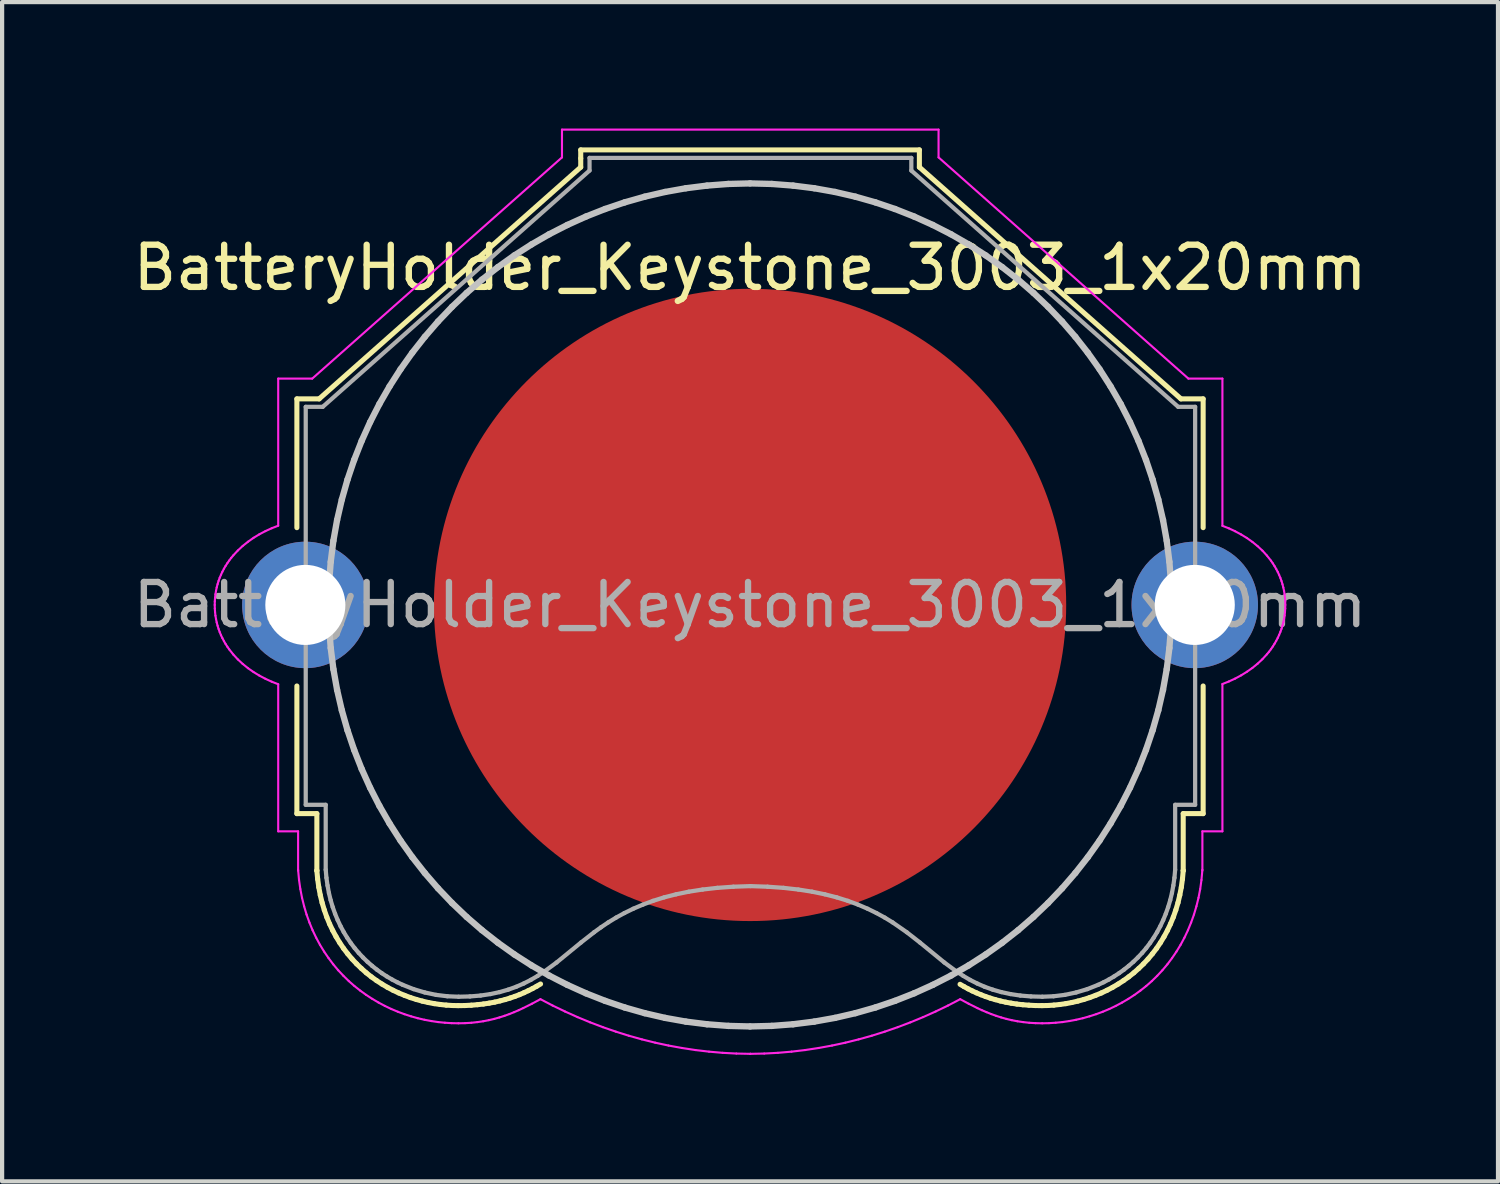
<source format=kicad_pcb>
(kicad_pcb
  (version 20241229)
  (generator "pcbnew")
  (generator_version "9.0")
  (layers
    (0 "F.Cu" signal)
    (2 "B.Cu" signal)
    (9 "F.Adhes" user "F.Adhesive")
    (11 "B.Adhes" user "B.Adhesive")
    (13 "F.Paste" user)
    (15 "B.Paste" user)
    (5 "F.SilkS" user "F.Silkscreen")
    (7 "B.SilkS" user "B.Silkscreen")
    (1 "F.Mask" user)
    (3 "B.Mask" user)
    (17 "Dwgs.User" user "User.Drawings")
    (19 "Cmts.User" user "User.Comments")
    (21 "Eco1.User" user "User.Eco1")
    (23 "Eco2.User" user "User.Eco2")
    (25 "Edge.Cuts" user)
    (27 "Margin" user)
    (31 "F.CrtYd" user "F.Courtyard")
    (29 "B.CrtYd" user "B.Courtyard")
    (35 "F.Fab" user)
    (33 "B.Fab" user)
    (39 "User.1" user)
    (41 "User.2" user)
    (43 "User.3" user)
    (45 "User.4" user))
  (footprint "BatteryHolder_Keystone_3003_1x20mm"
    (layer "F.Cu")
    (at 14.744 11.301)
    (property "Reference" "BatteryHolder_Keystone_3003_1x20mm" (at 0 -8 0) (layer "F.SilkS") (effects (font (size 1 1) (thickness 0.15))))
    (attr through_hole)
    (fp_line (start -10.751 -4.888) (end -10.751 -1.833) (stroke (width 0.12) (type solid)) (layer "F.SilkS"))
    (fp_line (start -10.751 1.923) (end -10.751 4.951) (stroke (width 0.12) (type solid)) (layer "F.SilkS"))
    (fp_line (start -10.751 4.951) (end -10.277 4.951) (stroke (width 0.12) (type solid)) (layer "F.SilkS"))
    (fp_line (start -10.277 4.951) (end -10.277 6.299) (stroke (width 0.12) (type solid)) (layer "F.SilkS"))
    (fp_line (start -10.277 6.299) (end -10.277 6.305) (stroke (width 0.12) (type solid)) (layer "F.SilkS"))
    (fp_line (start -10.277 6.305) (end -10.258 6.504) (stroke (width 0.12) (type solid)) (layer "F.SilkS"))
    (fp_line (start -10.258 6.504) (end -10.231 6.697) (stroke (width 0.12) (type solid)) (layer "F.SilkS"))
    (fp_line (start -10.231 6.697) (end -10.196 6.884) (stroke (width 0.12) (type solid)) (layer "F.SilkS"))
    (fp_line (start -10.223 -4.888) (end -10.751 -4.888) (stroke (width 0.12) (type solid)) (layer "F.SilkS"))
    (fp_line (start -10.196 6.884) (end -10.152 7.065) (stroke (width 0.12) (type solid)) (layer "F.SilkS"))
    (fp_line (start -10.152 7.065) (end -10.1 7.239) (stroke (width 0.12) (type solid)) (layer "F.SilkS"))
    (fp_line (start -10.1 7.239) (end -10.041 7.407) (stroke (width 0.12) (type solid)) (layer "F.SilkS"))
    (fp_line (start -10.041 7.407) (end -9.975 7.568) (stroke (width 0.12) (type solid)) (layer "F.SilkS"))
    (fp_line (start -9.975 7.568) (end -9.901 7.723) (stroke (width 0.12) (type solid)) (layer "F.SilkS"))
    (fp_line (start -9.901 7.723) (end -9.821 7.871) (stroke (width 0.12) (type solid)) (layer "F.SilkS"))
    (fp_line (start -9.821 7.871) (end -9.735 8.013) (stroke (width 0.12) (type solid)) (layer "F.SilkS"))
    (fp_line (start -9.735 8.013) (end -9.643 8.149) (stroke (width 0.12) (type solid)) (layer "F.SilkS"))
    (fp_line (start -9.643 8.149) (end -9.545 8.277) (stroke (width 0.12) (type solid)) (layer "F.SilkS"))
    (fp_line (start -9.545 8.277) (end -9.442 8.4) (stroke (width 0.12) (type solid)) (layer "F.SilkS"))
    (fp_line (start -9.442 8.4) (end -9.334 8.515) (stroke (width 0.12) (type solid)) (layer "F.SilkS"))
    (fp_line (start -9.334 8.515) (end -9.221 8.624) (stroke (width 0.12) (type solid)) (layer "F.SilkS"))
    (fp_line (start -9.221 8.624) (end -9.105 8.727) (stroke (width 0.12) (type solid)) (layer "F.SilkS"))
    (fp_line (start -9.105 8.727) (end -8.984 8.823) (stroke (width 0.12) (type solid)) (layer "F.SilkS"))
    (fp_line (start -8.984 8.823) (end -8.86 8.912) (stroke (width 0.12) (type solid)) (layer "F.SilkS"))
    (fp_line (start -8.86 8.912) (end -8.732 8.995) (stroke (width 0.12) (type solid)) (layer "F.SilkS"))
    (fp_line (start -8.732 8.995) (end -8.602 9.072) (stroke (width 0.12) (type solid)) (layer "F.SilkS"))
    (fp_line (start -8.602 9.072) (end -8.469 9.142) (stroke (width 0.12) (type solid)) (layer "F.SilkS"))
    (fp_line (start -8.469 9.142) (end -8.334 9.206) (stroke (width 0.12) (type solid)) (layer "F.SilkS"))
    (fp_line (start -8.334 9.206) (end -8.196 9.263) (stroke (width 0.12) (type solid)) (layer "F.SilkS"))
    (fp_line (start -8.196 9.263) (end -8.058 9.315) (stroke (width 0.12) (type solid)) (layer "F.SilkS"))
    (fp_line (start -8.058 9.315) (end -7.917 9.36) (stroke (width 0.12) (type solid)) (layer "F.SilkS"))
    (fp_line (start -7.917 9.36) (end -7.776 9.399) (stroke (width 0.12) (type solid)) (layer "F.SilkS"))
    (fp_line (start -7.776 9.399) (end -7.634 9.432) (stroke (width 0.12) (type solid)) (layer "F.SilkS"))
    (fp_line (start -7.634 9.432) (end -7.492 9.459) (stroke (width 0.12) (type solid)) (layer "F.SilkS"))
    (fp_line (start -7.492 9.459) (end -7.35 9.479) (stroke (width 0.12) (type solid)) (layer "F.SilkS"))
    (fp_line (start -7.35 9.479) (end -7.207 9.494) (stroke (width 0.12) (type solid)) (layer "F.SilkS"))
    (fp_line (start -7.207 9.494) (end -7.066 9.503) (stroke (width 0.12) (type solid)) (layer "F.SilkS"))
    (fp_line (start -7.066 9.503) (end -6.925 9.506) (stroke (width 0.12) (type solid)) (layer "F.SilkS"))
    (fp_line (start -6.925 9.506) (end -6.766 9.504) (stroke (width 0.12) (type solid)) (layer "F.SilkS"))
    (fp_line (start -6.766 9.504) (end -6.613 9.496) (stroke (width 0.12) (type solid)) (layer "F.SilkS"))
    (fp_line (start -6.613 9.496) (end -6.466 9.484) (stroke (width 0.12) (type solid)) (layer "F.SilkS"))
    (fp_line (start -6.466 9.484) (end -6.325 9.468) (stroke (width 0.12) (type solid)) (layer "F.SilkS"))
    (fp_line (start -6.325 9.468) (end -6.188 9.447) (stroke (width 0.12) (type solid)) (layer "F.SilkS"))
    (fp_line (start -6.188 9.447) (end -6.057 9.423) (stroke (width 0.12) (type solid)) (layer "F.SilkS"))
    (fp_line (start -6.057 9.423) (end -5.931 9.394) (stroke (width 0.12) (type solid)) (layer "F.SilkS"))
    (fp_line (start -5.931 9.394) (end -5.809 9.362) (stroke (width 0.12) (type solid)) (layer "F.SilkS"))
    (fp_line (start -5.809 9.362) (end -5.692 9.326) (stroke (width 0.12) (type solid)) (layer "F.SilkS"))
    (fp_line (start -5.692 9.326) (end -5.578 9.287) (stroke (width 0.12) (type solid)) (layer "F.SilkS"))
    (fp_line (start -5.578 9.287) (end -5.468 9.245) (stroke (width 0.12) (type solid)) (layer "F.SilkS"))
    (fp_line (start -5.468 9.245) (end -5.362 9.199) (stroke (width 0.12) (type solid)) (layer "F.SilkS"))
    (fp_line (start -5.362 9.199) (end -5.26 9.151) (stroke (width 0.12) (type solid)) (layer "F.SilkS"))
    (fp_line (start -5.26 9.151) (end -5.16 9.101) (stroke (width 0.12) (type solid)) (layer "F.SilkS"))
    (fp_line (start -5.16 9.101) (end -5.064 9.048) (stroke (width 0.12) (type solid)) (layer "F.SilkS"))
    (fp_line (start -5.064 9.048) (end -4.97 8.993) (stroke (width 0.12) (type solid)) (layer "F.SilkS"))
    (fp_line (start -4.017 -10.795) (end -4.017 -10.593) (stroke (width 0.12) (type solid)) (layer "F.SilkS"))
    (fp_line (start -4.017 -10.593) (end -4.017 -10.385) (stroke (width 0.12) (type solid)) (layer "F.SilkS"))
    (fp_line (start -4.017 -10.385) (end -10.223 -4.888) (stroke (width 0.12) (type solid)) (layer "F.SilkS"))
    (fp_line (start 4.017 -10.795) (end -4.017 -10.795) (stroke (width 0.12) (type solid)) (layer "F.SilkS"))
    (fp_line (start 4.017 -10.385) (end 4.017 -10.795) (stroke (width 0.12) (type solid)) (layer "F.SilkS"))
    (fp_line (start 4.982 9) (end 5.075 9.054) (stroke (width 0.12) (type solid)) (layer "F.SilkS"))
    (fp_line (start 5.075 9.054) (end 5.171 9.107) (stroke (width 0.12) (type solid)) (layer "F.SilkS"))
    (fp_line (start 5.171 9.107) (end 5.27 9.157) (stroke (width 0.12) (type solid)) (layer "F.SilkS"))
    (fp_line (start 5.27 9.157) (end 5.373 9.204) (stroke (width 0.12) (type solid)) (layer "F.SilkS"))
    (fp_line (start 5.373 9.204) (end 5.478 9.248) (stroke (width 0.12) (type solid)) (layer "F.SilkS"))
    (fp_line (start 5.478 9.248) (end 5.587 9.29) (stroke (width 0.12) (type solid)) (layer "F.SilkS"))
    (fp_line (start 5.587 9.29) (end 5.7 9.329) (stroke (width 0.12) (type solid)) (layer "F.SilkS"))
    (fp_line (start 5.7 9.329) (end 5.817 9.364) (stroke (width 0.12) (type solid)) (layer "F.SilkS"))
    (fp_line (start 5.817 9.364) (end 5.938 9.396) (stroke (width 0.12) (type solid)) (layer "F.SilkS"))
    (fp_line (start 5.938 9.396) (end 6.064 9.424) (stroke (width 0.12) (type solid)) (layer "F.SilkS"))
    (fp_line (start 6.064 9.424) (end 6.194 9.448) (stroke (width 0.12) (type solid)) (layer "F.SilkS"))
    (fp_line (start 6.194 9.448) (end 6.329 9.469) (stroke (width 0.12) (type solid)) (layer "F.SilkS"))
    (fp_line (start 6.329 9.469) (end 6.47 9.485) (stroke (width 0.12) (type solid)) (layer "F.SilkS"))
    (fp_line (start 6.47 9.485) (end 6.616 9.496) (stroke (width 0.12) (type solid)) (layer "F.SilkS"))
    (fp_line (start 6.616 9.496) (end 6.767 9.504) (stroke (width 0.12) (type solid)) (layer "F.SilkS"))
    (fp_line (start 6.767 9.504) (end 6.925 9.506) (stroke (width 0.12) (type solid)) (layer "F.SilkS"))
    (fp_line (start 6.925 9.506) (end 7.066 9.503) (stroke (width 0.12) (type solid)) (layer "F.SilkS"))
    (fp_line (start 7.066 9.503) (end 7.207 9.494) (stroke (width 0.12) (type solid)) (layer "F.SilkS"))
    (fp_line (start 7.207 9.494) (end 7.35 9.479) (stroke (width 0.12) (type solid)) (layer "F.SilkS"))
    (fp_line (start 7.35 9.479) (end 7.492 9.459) (stroke (width 0.12) (type solid)) (layer "F.SilkS"))
    (fp_line (start 7.492 9.459) (end 7.634 9.432) (stroke (width 0.12) (type solid)) (layer "F.SilkS"))
    (fp_line (start 7.634 9.432) (end 7.776 9.399) (stroke (width 0.12) (type solid)) (layer "F.SilkS"))
    (fp_line (start 7.776 9.399) (end 7.918 9.36) (stroke (width 0.12) (type solid)) (layer "F.SilkS"))
    (fp_line (start 7.918 9.36) (end 8.058 9.315) (stroke (width 0.12) (type solid)) (layer "F.SilkS"))
    (fp_line (start 8.058 9.315) (end 8.196 9.263) (stroke (width 0.12) (type solid)) (layer "F.SilkS"))
    (fp_line (start 8.196 9.263) (end 8.334 9.206) (stroke (width 0.12) (type solid)) (layer "F.SilkS"))
    (fp_line (start 8.334 9.206) (end 8.469 9.142) (stroke (width 0.12) (type solid)) (layer "F.SilkS"))
    (fp_line (start 8.469 9.142) (end 8.602 9.072) (stroke (width 0.12) (type solid)) (layer "F.SilkS"))
    (fp_line (start 8.602 9.072) (end 8.732 8.995) (stroke (width 0.12) (type solid)) (layer "F.SilkS"))
    (fp_line (start 8.732 8.995) (end 8.86 8.912) (stroke (width 0.12) (type solid)) (layer "F.SilkS"))
    (fp_line (start 8.86 8.912) (end 8.984 8.823) (stroke (width 0.12) (type solid)) (layer "F.SilkS"))
    (fp_line (start 8.984 8.823) (end 9.105 8.727) (stroke (width 0.12) (type solid)) (layer "F.SilkS"))
    (fp_line (start 9.105 8.727) (end 9.221 8.624) (stroke (width 0.12) (type solid)) (layer "F.SilkS"))
    (fp_line (start 9.221 8.624) (end 9.334 8.515) (stroke (width 0.12) (type solid)) (layer "F.SilkS"))
    (fp_line (start 9.334 8.515) (end 9.442 8.4) (stroke (width 0.12) (type solid)) (layer "F.SilkS"))
    (fp_line (start 9.442 8.4) (end 9.545 8.277) (stroke (width 0.12) (type solid)) (layer "F.SilkS"))
    (fp_line (start 9.545 8.277) (end 9.643 8.149) (stroke (width 0.12) (type solid)) (layer "F.SilkS"))
    (fp_line (start 9.643 8.149) (end 9.735 8.013) (stroke (width 0.12) (type solid)) (layer "F.SilkS"))
    (fp_line (start 9.735 8.013) (end 9.821 7.871) (stroke (width 0.12) (type solid)) (layer "F.SilkS"))
    (fp_line (start 9.821 7.871) (end 9.901 7.723) (stroke (width 0.12) (type solid)) (layer "F.SilkS"))
    (fp_line (start 9.901 7.723) (end 9.974 7.568) (stroke (width 0.12) (type solid)) (layer "F.SilkS"))
    (fp_line (start 9.974 7.568) (end 10.041 7.407) (stroke (width 0.12) (type solid)) (layer "F.SilkS"))
    (fp_line (start 10.041 7.407) (end 10.1 7.239) (stroke (width 0.12) (type solid)) (layer "F.SilkS"))
    (fp_line (start 10.1 7.239) (end 10.152 7.065) (stroke (width 0.12) (type solid)) (layer "F.SilkS"))
    (fp_line (start 10.152 7.065) (end 10.195 6.884) (stroke (width 0.12) (type solid)) (layer "F.SilkS"))
    (fp_line (start 10.195 6.884) (end 10.231 6.697) (stroke (width 0.12) (type solid)) (layer "F.SilkS"))
    (fp_line (start 10.223 -4.888) (end 4.017 -10.385) (stroke (width 0.12) (type solid)) (layer "F.SilkS"))
    (fp_line (start 10.231 6.697) (end 10.258 6.504) (stroke (width 0.12) (type solid)) (layer "F.SilkS"))
    (fp_line (start 10.258 6.504) (end 10.276 6.305) (stroke (width 0.12) (type solid)) (layer "F.SilkS"))
    (fp_line (start 10.276 4.951) (end 10.749 4.951) (stroke (width 0.12) (type solid)) (layer "F.SilkS"))
    (fp_line (start 10.276 6.299) (end 10.276 4.951) (stroke (width 0.12) (type solid)) (layer "F.SilkS"))
    (fp_line (start 10.276 6.305) (end 10.276 6.299) (stroke (width 0.12) (type solid)) (layer "F.SilkS"))
    (fp_line (start 10.749 -4.888) (end 10.223 -4.888) (stroke (width 0.12) (type solid)) (layer "F.SilkS"))
    (fp_line (start 10.749 -1.833) (end 10.749 -4.888) (stroke (width 0.12) (type solid)) (layer "F.SilkS"))
    (fp_line (start 10.749 4.951) (end 10.749 1.923) (stroke (width 0.12) (type solid)) (layer "F.SilkS"))
    (fp_line (start -10 -0.000001) (end -9.987 -0.515) (stroke (width 0.15) (type solid)) (layer "Dwgs.User"))
    (fp_line (start -9.987 -0.515) (end -9.948 -1.022) (stroke (width 0.15) (type solid)) (layer "Dwgs.User"))
    (fp_line (start -9.987 0.515) (end -10 -0.000001) (stroke (width 0.15) (type solid)) (layer "Dwgs.User"))
    (fp_line (start -9.948 -1.022) (end -9.885 -1.523) (stroke (width 0.15) (type solid)) (layer "Dwgs.User"))
    (fp_line (start -9.948 1.022) (end -9.987 0.515) (stroke (width 0.15) (type solid)) (layer "Dwgs.User"))
    (fp_line (start -9.885 -1.523) (end -9.797 -2.015) (stroke (width 0.15) (type solid)) (layer "Dwgs.User"))
    (fp_line (start -9.885 1.523) (end -9.948 1.022) (stroke (width 0.15) (type solid)) (layer "Dwgs.User"))
    (fp_line (start -9.797 -2.015) (end -9.685 -2.499) (stroke (width 0.15) (type solid)) (layer "Dwgs.User"))
    (fp_line (start -9.797 2.015) (end -9.885 1.523) (stroke (width 0.15) (type solid)) (layer "Dwgs.User"))
    (fp_line (start -9.685 -2.499) (end -9.55 -2.974) (stroke (width 0.15) (type solid)) (layer "Dwgs.User"))
    (fp_line (start -9.685 2.499) (end -9.797 2.015) (stroke (width 0.15) (type solid)) (layer "Dwgs.User"))
    (fp_line (start -9.55 -2.974) (end -9.393 -3.438) (stroke (width 0.15) (type solid)) (layer "Dwgs.User"))
    (fp_line (start -9.55 2.974) (end -9.685 2.499) (stroke (width 0.15) (type solid)) (layer "Dwgs.User"))
    (fp_line (start -9.393 -3.438) (end -9.214 -3.892) (stroke (width 0.15) (type solid)) (layer "Dwgs.User"))
    (fp_line (start -9.393 3.438) (end -9.55 2.974) (stroke (width 0.15) (type solid)) (layer "Dwgs.User"))
    (fp_line (start -9.214 -3.892) (end -9.014 -4.335) (stroke (width 0.15) (type solid)) (layer "Dwgs.User"))
    (fp_line (start -9.214 3.892) (end -9.393 3.438) (stroke (width 0.15) (type solid)) (layer "Dwgs.User"))
    (fp_line (start -9.014 -4.335) (end -8.793 -4.767) (stroke (width 0.15) (type solid)) (layer "Dwgs.User"))
    (fp_line (start -9.014 4.335) (end -9.214 3.892) (stroke (width 0.15) (type solid)) (layer "Dwgs.User"))
    (fp_line (start -8.793 -4.767) (end -8.552 -5.185) (stroke (width 0.15) (type solid)) (layer "Dwgs.User"))
    (fp_line (start -8.793 4.767) (end -9.014 4.335) (stroke (width 0.15) (type solid)) (layer "Dwgs.User"))
    (fp_line (start -8.552 -5.185) (end -8.292 -5.591) (stroke (width 0.15) (type solid)) (layer "Dwgs.User"))
    (fp_line (start -8.552 5.185) (end -8.793 4.767) (stroke (width 0.15) (type solid)) (layer "Dwgs.User"))
    (fp_line (start -8.292 -5.591) (end -8.013 -5.983) (stroke (width 0.15) (type solid)) (layer "Dwgs.User"))
    (fp_line (start -8.292 5.591) (end -8.552 5.185) (stroke (width 0.15) (type solid)) (layer "Dwgs.User"))
    (fp_line (start -8.013 -5.983) (end -7.716 -6.361) (stroke (width 0.15) (type solid)) (layer "Dwgs.User"))
    (fp_line (start -8.013 5.983) (end -8.292 5.591) (stroke (width 0.15) (type solid)) (layer "Dwgs.User"))
    (fp_line (start -7.716 -6.361) (end -7.402 -6.724) (stroke (width 0.15) (type solid)) (layer "Dwgs.User"))
    (fp_line (start -7.716 6.361) (end -8.013 5.983) (stroke (width 0.15) (type solid)) (layer "Dwgs.User"))
    (fp_line (start -7.402 -6.724) (end -7.071 -7.071) (stroke (width 0.15) (type solid)) (layer "Dwgs.User"))
    (fp_line (start -7.402 6.724) (end -7.716 6.361) (stroke (width 0.15) (type solid)) (layer "Dwgs.User"))
    (fp_line (start -7.071 -7.071) (end -6.724 -7.402) (stroke (width 0.15) (type solid)) (layer "Dwgs.User"))
    (fp_line (start -7.071 7.071) (end -7.402 6.724) (stroke (width 0.15) (type solid)) (layer "Dwgs.User"))
    (fp_line (start -6.724 -7.402) (end -6.361 -7.716) (stroke (width 0.15) (type solid)) (layer "Dwgs.User"))
    (fp_line (start -6.724 7.402) (end -7.071 7.071) (stroke (width 0.15) (type solid)) (layer "Dwgs.User"))
    (fp_line (start -6.361 -7.716) (end -5.983 -8.013) (stroke (width 0.15) (type solid)) (layer "Dwgs.User"))
    (fp_line (start -6.361 7.716) (end -6.724 7.402) (stroke (width 0.15) (type solid)) (layer "Dwgs.User"))
    (fp_line (start -5.983 -8.013) (end -5.591 -8.292) (stroke (width 0.15) (type solid)) (layer "Dwgs.User"))
    (fp_line (start -5.983 8.013) (end -6.361 7.716) (stroke (width 0.15) (type solid)) (layer "Dwgs.User"))
    (fp_line (start -5.591 -8.292) (end -5.185 -8.552) (stroke (width 0.15) (type solid)) (layer "Dwgs.User"))
    (fp_line (start -5.591 8.292) (end -5.983 8.013) (stroke (width 0.15) (type solid)) (layer "Dwgs.User"))
    (fp_line (start -5.185 -8.552) (end -4.767 -8.793) (stroke (width 0.15) (type solid)) (layer "Dwgs.User"))
    (fp_line (start -5.185 8.552) (end -5.591 8.292) (stroke (width 0.15) (type solid)) (layer "Dwgs.User"))
    (fp_line (start -4.767 -8.793) (end -4.335 -9.014) (stroke (width 0.15) (type solid)) (layer "Dwgs.User"))
    (fp_line (start -4.767 8.793) (end -5.185 8.552) (stroke (width 0.15) (type solid)) (layer "Dwgs.User"))
    (fp_line (start -4.335 -9.014) (end -3.892 -9.214) (stroke (width 0.15) (type solid)) (layer "Dwgs.User"))
    (fp_line (start -4.335 9.014) (end -4.767 8.793) (stroke (width 0.15) (type solid)) (layer "Dwgs.User"))
    (fp_line (start -3.892 -9.214) (end -3.438 -9.393) (stroke (width 0.15) (type solid)) (layer "Dwgs.User"))
    (fp_line (start -3.892 9.214) (end -4.335 9.014) (stroke (width 0.15) (type solid)) (layer "Dwgs.User"))
    (fp_line (start -3.438 -9.393) (end -2.974 -9.55) (stroke (width 0.15) (type solid)) (layer "Dwgs.User"))
    (fp_line (start -3.438 9.393) (end -3.892 9.214) (stroke (width 0.15) (type solid)) (layer "Dwgs.User"))
    (fp_line (start -2.974 -9.55) (end -2.499 -9.685) (stroke (width 0.15) (type solid)) (layer "Dwgs.User"))
    (fp_line (start -2.974 9.55) (end -3.438 9.393) (stroke (width 0.15) (type solid)) (layer "Dwgs.User"))
    (fp_line (start -2.499 -9.685) (end -2.015 -9.797) (stroke (width 0.15) (type solid)) (layer "Dwgs.User"))
    (fp_line (start -2.499 9.685) (end -2.974 9.55) (stroke (width 0.15) (type solid)) (layer "Dwgs.User"))
    (fp_line (start -2.015 -9.797) (end -1.523 -9.885) (stroke (width 0.15) (type solid)) (layer "Dwgs.User"))
    (fp_line (start -2.015 9.797) (end -2.499 9.685) (stroke (width 0.15) (type solid)) (layer "Dwgs.User"))
    (fp_line (start -1.523 -9.885) (end -1.022 -9.948) (stroke (width 0.15) (type solid)) (layer "Dwgs.User"))
    (fp_line (start -1.523 9.885) (end -2.015 9.797) (stroke (width 0.15) (type solid)) (layer "Dwgs.User"))
    (fp_line (start -1.022 -9.948) (end -0.515 -9.987) (stroke (width 0.15) (type solid)) (layer "Dwgs.User"))
    (fp_line (start -1.022 9.948) (end -1.523 9.885) (stroke (width 0.15) (type solid)) (layer "Dwgs.User"))
    (fp_line (start -0.515 -9.987) (end 0 -10) (stroke (width 0.15) (type solid)) (layer "Dwgs.User"))
    (fp_line (start -0.515 9.987) (end -1.022 9.948) (stroke (width 0.15) (type solid)) (layer "Dwgs.User"))
    (fp_line (start 0 -10) (end 0.515 -9.987) (stroke (width 0.15) (type solid)) (layer "Dwgs.User"))
    (fp_line (start 0 10) (end -0.515 9.987) (stroke (width 0.15) (type solid)) (layer "Dwgs.User"))
    (fp_line (start 0.515 -9.987) (end 1.022 -9.948) (stroke (width 0.15) (type solid)) (layer "Dwgs.User"))
    (fp_line (start 0.515 9.987) (end 0 10) (stroke (width 0.15) (type solid)) (layer "Dwgs.User"))
    (fp_line (start 1.022 -9.948) (end 1.523 -9.885) (stroke (width 0.15) (type solid)) (layer "Dwgs.User"))
    (fp_line (start 1.022 9.948) (end 0.515 9.987) (stroke (width 0.15) (type solid)) (layer "Dwgs.User"))
    (fp_line (start 1.523 -9.885) (end 2.015 -9.797) (stroke (width 0.15) (type solid)) (layer "Dwgs.User"))
    (fp_line (start 1.523 9.885) (end 1.022 9.948) (stroke (width 0.15) (type solid)) (layer "Dwgs.User"))
    (fp_line (start 2.015 -9.797) (end 2.499 -9.685) (stroke (width 0.15) (type solid)) (layer "Dwgs.User"))
    (fp_line (start 2.015 9.797) (end 1.523 9.885) (stroke (width 0.15) (type solid)) (layer "Dwgs.User"))
    (fp_line (start 2.499 -9.685) (end 2.974 -9.55) (stroke (width 0.15) (type solid)) (layer "Dwgs.User"))
    (fp_line (start 2.499 9.685) (end 2.015 9.797) (stroke (width 0.15) (type solid)) (layer "Dwgs.User"))
    (fp_line (start 2.974 -9.55) (end 3.438 -9.393) (stroke (width 0.15) (type solid)) (layer "Dwgs.User"))
    (fp_line (start 2.974 9.55) (end 2.499 9.685) (stroke (width 0.15) (type solid)) (layer "Dwgs.User"))
    (fp_line (start 3.438 -9.393) (end 3.892 -9.214) (stroke (width 0.15) (type solid)) (layer "Dwgs.User"))
    (fp_line (start 3.438 9.393) (end 2.974 9.55) (stroke (width 0.15) (type solid)) (layer "Dwgs.User"))
    (fp_line (start 3.892 -9.214) (end 4.335 -9.014) (stroke (width 0.15) (type solid)) (layer "Dwgs.User"))
    (fp_line (start 3.892 9.214) (end 3.438 9.393) (stroke (width 0.15) (type solid)) (layer "Dwgs.User"))
    (fp_line (start 4.335 -9.014) (end 4.767 -8.793) (stroke (width 0.15) (type solid)) (layer "Dwgs.User"))
    (fp_line (start 4.335 9.014) (end 3.892 9.214) (stroke (width 0.15) (type solid)) (layer "Dwgs.User"))
    (fp_line (start 4.767 -8.793) (end 5.185 -8.552) (stroke (width 0.15) (type solid)) (layer "Dwgs.User"))
    (fp_line (start 4.767 8.793) (end 4.335 9.014) (stroke (width 0.15) (type solid)) (layer "Dwgs.User"))
    (fp_line (start 5.185 -8.552) (end 5.591 -8.292) (stroke (width 0.15) (type solid)) (layer "Dwgs.User"))
    (fp_line (start 5.185 8.552) (end 4.767 8.793) (stroke (width 0.15) (type solid)) (layer "Dwgs.User"))
    (fp_line (start 5.591 -8.292) (end 5.983 -8.013) (stroke (width 0.15) (type solid)) (layer "Dwgs.User"))
    (fp_line (start 5.591 8.292) (end 5.185 8.552) (stroke (width 0.15) (type solid)) (layer "Dwgs.User"))
    (fp_line (start 5.983 -8.013) (end 6.361 -7.716) (stroke (width 0.15) (type solid)) (layer "Dwgs.User"))
    (fp_line (start 5.983 8.013) (end 5.591 8.292) (stroke (width 0.15) (type solid)) (layer "Dwgs.User"))
    (fp_line (start 6.361 -7.716) (end 6.724 -7.402) (stroke (width 0.15) (type solid)) (layer "Dwgs.User"))
    (fp_line (start 6.361 7.716) (end 5.983 8.013) (stroke (width 0.15) (type solid)) (layer "Dwgs.User"))
    (fp_line (start 6.724 -7.402) (end 7.071 -7.071) (stroke (width 0.15) (type solid)) (layer "Dwgs.User"))
    (fp_line (start 6.724 7.402) (end 6.361 7.716) (stroke (width 0.15) (type solid)) (layer "Dwgs.User"))
    (fp_line (start 7.071 -7.071) (end 7.402 -6.724) (stroke (width 0.15) (type solid)) (layer "Dwgs.User"))
    (fp_line (start 7.071 7.071) (end 6.724 7.402) (stroke (width 0.15) (type solid)) (layer "Dwgs.User"))
    (fp_line (start 7.402 -6.724) (end 7.716 -6.361) (stroke (width 0.15) (type solid)) (layer "Dwgs.User"))
    (fp_line (start 7.402 6.724) (end 7.071 7.071) (stroke (width 0.15) (type solid)) (layer "Dwgs.User"))
    (fp_line (start 7.716 -6.361) (end 8.013 -5.983) (stroke (width 0.15) (type solid)) (layer "Dwgs.User"))
    (fp_line (start 7.716 6.361) (end 7.402 6.724) (stroke (width 0.15) (type solid)) (layer "Dwgs.User"))
    (fp_line (start 8.013 -5.983) (end 8.292 -5.591) (stroke (width 0.15) (type solid)) (layer "Dwgs.User"))
    (fp_line (start 8.013 5.983) (end 7.716 6.361) (stroke (width 0.15) (type solid)) (layer "Dwgs.User"))
    (fp_line (start 8.292 -5.591) (end 8.552 -5.185) (stroke (width 0.15) (type solid)) (layer "Dwgs.User"))
    (fp_line (start 8.292 5.591) (end 8.013 5.983) (stroke (width 0.15) (type solid)) (layer "Dwgs.User"))
    (fp_line (start 8.552 -5.185) (end 8.793 -4.767) (stroke (width 0.15) (type solid)) (layer "Dwgs.User"))
    (fp_line (start 8.552 5.185) (end 8.292 5.591) (stroke (width 0.15) (type solid)) (layer "Dwgs.User"))
    (fp_line (start 8.793 -4.767) (end 9.014 -4.335) (stroke (width 0.15) (type solid)) (layer "Dwgs.User"))
    (fp_line (start 8.793 4.767) (end 8.552 5.185) (stroke (width 0.15) (type solid)) (layer "Dwgs.User"))
    (fp_line (start 9.014 -4.335) (end 9.214 -3.892) (stroke (width 0.15) (type solid)) (layer "Dwgs.User"))
    (fp_line (start 9.014 4.335) (end 8.793 4.767) (stroke (width 0.15) (type solid)) (layer "Dwgs.User"))
    (fp_line (start 9.214 -3.892) (end 9.393 -3.438) (stroke (width 0.15) (type solid)) (layer "Dwgs.User"))
    (fp_line (start 9.214 3.892) (end 9.014 4.335) (stroke (width 0.15) (type solid)) (layer "Dwgs.User"))
    (fp_line (start 9.393 -3.438) (end 9.55 -2.974) (stroke (width 0.15) (type solid)) (layer "Dwgs.User"))
    (fp_line (start 9.393 3.438) (end 9.214 3.892) (stroke (width 0.15) (type solid)) (layer "Dwgs.User"))
    (fp_line (start 9.55 -2.974) (end 9.685 -2.499) (stroke (width 0.15) (type solid)) (layer "Dwgs.User"))
    (fp_line (start 9.55 2.974) (end 9.393 3.438) (stroke (width 0.15) (type solid)) (layer "Dwgs.User"))
    (fp_line (start 9.685 -2.499) (end 9.797 -2.015) (stroke (width 0.15) (type solid)) (layer "Dwgs.User"))
    (fp_line (start 9.685 2.499) (end 9.55 2.974) (stroke (width 0.15) (type solid)) (layer "Dwgs.User"))
    (fp_line (start 9.797 -2.015) (end 9.885 -1.523) (stroke (width 0.15) (type solid)) (layer "Dwgs.User"))
    (fp_line (start 9.797 2.015) (end 9.685 2.499) (stroke (width 0.15) (type solid)) (layer "Dwgs.User"))
    (fp_line (start 9.885 -1.523) (end 9.948 -1.022) (stroke (width 0.15) (type solid)) (layer "Dwgs.User"))
    (fp_line (start 9.885 1.523) (end 9.797 2.015) (stroke (width 0.15) (type solid)) (layer "Dwgs.User"))
    (fp_line (start 9.948 -1.022) (end 9.987 -0.515) (stroke (width 0.15) (type solid)) (layer "Dwgs.User"))
    (fp_line (start 9.948 1.022) (end 9.885 1.523) (stroke (width 0.15) (type solid)) (layer "Dwgs.User"))
    (fp_line (start 9.987 -0.515) (end 10 -0.000001) (stroke (width 0.15) (type solid)) (layer "Dwgs.User"))
    (fp_line (start 9.987 0.515) (end 9.948 1.022) (stroke (width 0.15) (type solid)) (layer "Dwgs.User"))
    (fp_line (start 10 -0.000001) (end 9.987 0.515) (stroke (width 0.15) (type solid)) (layer "Dwgs.User"))
    (fp_line (start -12.7 0) (end -12.698 0.086) (stroke (width 0.05) (type solid)) (layer "F.CrtYd"))
    (fp_line (start -12.698 0.086) (end -12.692 0.171) (stroke (width 0.05) (type solid)) (layer "F.CrtYd"))
    (fp_line (start -12.698 -0.086) (end -12.7 0) (stroke (width 0.05) (type solid)) (layer "F.CrtYd"))
    (fp_line (start -12.692 0.171) (end -12.683 0.254) (stroke (width 0.05) (type solid)) (layer "F.CrtYd"))
    (fp_line (start -12.692 -0.171) (end -12.698 -0.086) (stroke (width 0.05) (type solid)) (layer "F.CrtYd"))
    (fp_line (start -12.683 0.254) (end -12.669 0.335) (stroke (width 0.05) (type solid)) (layer "F.CrtYd"))
    (fp_line (start -12.683 -0.254) (end -12.692 -0.171) (stroke (width 0.05) (type solid)) (layer "F.CrtYd"))
    (fp_line (start -12.669 0.335) (end -12.653 0.415) (stroke (width 0.05) (type solid)) (layer "F.CrtYd"))
    (fp_line (start -12.669 -0.335) (end -12.683 -0.254) (stroke (width 0.05) (type solid)) (layer "F.CrtYd"))
    (fp_line (start -12.653 0.415) (end -12.632 0.493) (stroke (width 0.05) (type solid)) (layer "F.CrtYd"))
    (fp_line (start -12.653 -0.415) (end -12.669 -0.335) (stroke (width 0.05) (type solid)) (layer "F.CrtYd"))
    (fp_line (start -12.632 0.493) (end -12.609 0.569) (stroke (width 0.05) (type solid)) (layer "F.CrtYd"))
    (fp_line (start -12.632 -0.493) (end -12.653 -0.415) (stroke (width 0.05) (type solid)) (layer "F.CrtYd"))
    (fp_line (start -12.609 0.569) (end -12.582 0.644) (stroke (width 0.05) (type solid)) (layer "F.CrtYd"))
    (fp_line (start -12.609 -0.569) (end -12.632 -0.493) (stroke (width 0.05) (type solid)) (layer "F.CrtYd"))
    (fp_line (start -12.582 0.644) (end -12.552 0.717) (stroke (width 0.05) (type solid)) (layer "F.CrtYd"))
    (fp_line (start -12.582 -0.644) (end -12.609 -0.569) (stroke (width 0.05) (type solid)) (layer "F.CrtYd"))
    (fp_line (start -12.552 0.717) (end -12.518 0.788) (stroke (width 0.05) (type solid)) (layer "F.CrtYd"))
    (fp_line (start -12.551 -0.716) (end -12.582 -0.644) (stroke (width 0.05) (type solid)) (layer "F.CrtYd"))
    (fp_line (start -12.518 0.788) (end -12.482 0.857) (stroke (width 0.05) (type solid)) (layer "F.CrtYd"))
    (fp_line (start -12.518 -0.788) (end -12.551 -0.716) (stroke (width 0.05) (type solid)) (layer "F.CrtYd"))
    (fp_line (start -12.482 0.857) (end -12.443 0.925) (stroke (width 0.05) (type solid)) (layer "F.CrtYd"))
    (fp_line (start -12.482 -0.857) (end -12.518 -0.788) (stroke (width 0.05) (type solid)) (layer "F.CrtYd"))
    (fp_line (start -12.443 0.925) (end -12.401 0.991) (stroke (width 0.05) (type solid)) (layer "F.CrtYd"))
    (fp_line (start -12.443 -0.924) (end -12.482 -0.857) (stroke (width 0.05) (type solid)) (layer "F.CrtYd"))
    (fp_line (start -12.401 0.991) (end -12.356 1.055) (stroke (width 0.05) (type solid)) (layer "F.CrtYd"))
    (fp_line (start -12.401 -0.99) (end -12.443 -0.924) (stroke (width 0.05) (type solid)) (layer "F.CrtYd"))
    (fp_line (start -12.356 1.055) (end -12.259 1.177) (stroke (width 0.05) (type solid)) (layer "F.CrtYd"))
    (fp_line (start -12.356 -1.054) (end -12.401 -0.99) (stroke (width 0.05) (type solid)) (layer "F.CrtYd"))
    (fp_line (start -12.309 -1.116) (end -12.356 -1.054) (stroke (width 0.05) (type solid)) (layer "F.CrtYd"))
    (fp_line (start -12.259 1.177) (end -12.152 1.292) (stroke (width 0.05) (type solid)) (layer "F.CrtYd"))
    (fp_line (start -12.259 -1.176) (end -12.309 -1.116) (stroke (width 0.05) (type solid)) (layer "F.CrtYd"))
    (fp_line (start -12.152 1.292) (end -12.036 1.4) (stroke (width 0.05) (type solid)) (layer "F.CrtYd"))
    (fp_line (start -12.152 -1.291) (end -12.259 -1.176) (stroke (width 0.05) (type solid)) (layer "F.CrtYd"))
    (fp_line (start -12.036 1.4) (end -11.912 1.5) (stroke (width 0.05) (type solid)) (layer "F.CrtYd"))
    (fp_line (start -12.036 -1.399) (end -12.152 -1.291) (stroke (width 0.05) (type solid)) (layer "F.CrtYd"))
    (fp_line (start -11.912 1.5) (end -11.78 1.592) (stroke (width 0.05) (type solid)) (layer "F.CrtYd"))
    (fp_line (start -11.912 -1.498) (end -12.036 -1.399) (stroke (width 0.05) (type solid)) (layer "F.CrtYd"))
    (fp_line (start -11.78 1.592) (end -11.642 1.676) (stroke (width 0.05) (type solid)) (layer "F.CrtYd"))
    (fp_line (start -11.78 -1.591) (end -11.912 -1.498) (stroke (width 0.05) (type solid)) (layer "F.CrtYd"))
    (fp_line (start -11.642 1.676) (end -11.498 1.752) (stroke (width 0.05) (type solid)) (layer "F.CrtYd"))
    (fp_line (start -11.642 -1.675) (end -11.78 -1.591) (stroke (width 0.05) (type solid)) (layer "F.CrtYd"))
    (fp_line (start -11.498 1.752) (end -11.348 1.821) (stroke (width 0.05) (type solid)) (layer "F.CrtYd"))
    (fp_line (start -11.498 -1.751) (end -11.642 -1.675) (stroke (width 0.05) (type solid)) (layer "F.CrtYd"))
    (fp_line (start -11.348 1.821) (end -11.194 1.881) (stroke (width 0.05) (type solid)) (layer "F.CrtYd"))
    (fp_line (start -11.348 -1.819) (end -11.498 -1.751) (stroke (width 0.05) (type solid)) (layer "F.CrtYd"))
    (fp_line (start -11.194 -5.369) (end -11.194 -1.879) (stroke (width 0.05) (type solid)) (layer "F.CrtYd"))
    (fp_line (start -11.194 -1.879) (end -11.348 -1.819) (stroke (width 0.05) (type solid)) (layer "F.CrtYd"))
    (fp_line (start -11.194 1.881) (end -11.194 5.371) (stroke (width 0.05) (type solid)) (layer "F.CrtYd"))
    (fp_line (start -11.194 5.371) (end -10.722 5.371) (stroke (width 0.05) (type solid)) (layer "F.CrtYd"))
    (fp_line (start -10.722 5.371) (end -10.722 6.283) (stroke (width 0.05) (type solid)) (layer "F.CrtYd"))
    (fp_line (start -10.722 6.283) (end -10.72 6.305) (stroke (width 0.05) (type solid)) (layer "F.CrtYd"))
    (fp_line (start -10.72 6.305) (end -10.7 6.525) (stroke (width 0.05) (type solid)) (layer "F.CrtYd"))
    (fp_line (start -10.7 6.525) (end -10.669 6.74) (stroke (width 0.05) (type solid)) (layer "F.CrtYd"))
    (fp_line (start -10.669 6.74) (end -10.629 6.948) (stroke (width 0.05) (type solid)) (layer "F.CrtYd"))
    (fp_line (start -10.629 6.948) (end -10.579 7.15) (stroke (width 0.05) (type solid)) (layer "F.CrtYd"))
    (fp_line (start -10.579 7.15) (end -10.521 7.346) (stroke (width 0.05) (type solid)) (layer "F.CrtYd"))
    (fp_line (start -10.521 7.346) (end -10.453 7.535) (stroke (width 0.05) (type solid)) (layer "F.CrtYd"))
    (fp_line (start -10.453 7.535) (end -10.378 7.718) (stroke (width 0.05) (type solid)) (layer "F.CrtYd"))
    (fp_line (start -10.387 -5.369) (end -11.194 -5.369) (stroke (width 0.05) (type solid)) (layer "F.CrtYd"))
    (fp_line (start -10.378 7.718) (end -10.294 7.894) (stroke (width 0.05) (type solid)) (layer "F.CrtYd"))
    (fp_line (start -10.294 7.894) (end -10.203 8.063) (stroke (width 0.05) (type solid)) (layer "F.CrtYd"))
    (fp_line (start -10.203 8.063) (end -10.105 8.224) (stroke (width 0.05) (type solid)) (layer "F.CrtYd"))
    (fp_line (start -10.105 8.224) (end -9.999 8.379) (stroke (width 0.05) (type solid)) (layer "F.CrtYd"))
    (fp_line (start -9.999 8.379) (end -9.888 8.527) (stroke (width 0.05) (type solid)) (layer "F.CrtYd"))
    (fp_line (start -9.888 8.527) (end -9.771 8.667) (stroke (width 0.05) (type solid)) (layer "F.CrtYd"))
    (fp_line (start -9.771 8.667) (end -9.647 8.799) (stroke (width 0.05) (type solid)) (layer "F.CrtYd"))
    (fp_line (start -9.647 8.799) (end -9.519 8.924) (stroke (width 0.05) (type solid)) (layer "F.CrtYd"))
    (fp_line (start -9.519 8.924) (end -9.386 9.041) (stroke (width 0.05) (type solid)) (layer "F.CrtYd"))
    (fp_line (start -9.386 9.041) (end -9.248 9.15) (stroke (width 0.05) (type solid)) (layer "F.CrtYd"))
    (fp_line (start -9.248 9.15) (end -9.107 9.252) (stroke (width 0.05) (type solid)) (layer "F.CrtYd"))
    (fp_line (start -9.107 9.252) (end -8.962 9.346) (stroke (width 0.05) (type solid)) (layer "F.CrtYd"))
    (fp_line (start -8.962 9.346) (end -8.814 9.433) (stroke (width 0.05) (type solid)) (layer "F.CrtYd"))
    (fp_line (start -8.814 9.433) (end -8.664 9.513) (stroke (width 0.05) (type solid)) (layer "F.CrtYd"))
    (fp_line (start -8.664 9.513) (end -8.511 9.586) (stroke (width 0.05) (type solid)) (layer "F.CrtYd"))
    (fp_line (start -8.511 9.586) (end -8.356 9.651) (stroke (width 0.05) (type solid)) (layer "F.CrtYd"))
    (fp_line (start -8.356 9.651) (end -8.2 9.709) (stroke (width 0.05) (type solid)) (layer "F.CrtYd"))
    (fp_line (start -8.2 9.709) (end -8.042 9.76) (stroke (width 0.05) (type solid)) (layer "F.CrtYd"))
    (fp_line (start -8.042 9.76) (end -7.882 9.805) (stroke (width 0.05) (type solid)) (layer "F.CrtYd"))
    (fp_line (start -7.882 9.805) (end -7.722 9.842) (stroke (width 0.05) (type solid)) (layer "F.CrtYd"))
    (fp_line (start -7.722 9.842) (end -7.561 9.872) (stroke (width 0.05) (type solid)) (layer "F.CrtYd"))
    (fp_line (start -7.561 9.872) (end -7.4 9.896) (stroke (width 0.05) (type solid)) (layer "F.CrtYd"))
    (fp_line (start -7.4 9.896) (end -7.239 9.912) (stroke (width 0.05) (type solid)) (layer "F.CrtYd"))
    (fp_line (start -7.239 9.912) (end -7.079 9.922) (stroke (width 0.05) (type solid)) (layer "F.CrtYd"))
    (fp_line (start -7.079 9.922) (end -6.919 9.925) (stroke (width 0.05) (type solid)) (layer "F.CrtYd"))
    (fp_line (start -6.919 9.925) (end -6.763 9.922) (stroke (width 0.05) (type solid)) (layer "F.CrtYd"))
    (fp_line (start -6.763 9.922) (end -6.613 9.913) (stroke (width 0.05) (type solid)) (layer "F.CrtYd"))
    (fp_line (start -6.613 9.913) (end -6.468 9.897) (stroke (width 0.05) (type solid)) (layer "F.CrtYd"))
    (fp_line (start -6.468 9.897) (end -6.33 9.877) (stroke (width 0.05) (type solid)) (layer "F.CrtYd"))
    (fp_line (start -6.33 9.877) (end -6.197 9.851) (stroke (width 0.05) (type solid)) (layer "F.CrtYd"))
    (fp_line (start -6.197 9.851) (end -6.069 9.821) (stroke (width 0.05) (type solid)) (layer "F.CrtYd"))
    (fp_line (start -6.069 9.821) (end -5.945 9.786) (stroke (width 0.05) (type solid)) (layer "F.CrtYd"))
    (fp_line (start -5.945 9.786) (end -5.825 9.748) (stroke (width 0.05) (type solid)) (layer "F.CrtYd"))
    (fp_line (start -5.825 9.748) (end -5.709 9.706) (stroke (width 0.05) (type solid)) (layer "F.CrtYd"))
    (fp_line (start -5.709 9.706) (end -5.597 9.661) (stroke (width 0.05) (type solid)) (layer "F.CrtYd"))
    (fp_line (start -5.597 9.661) (end -5.487 9.614) (stroke (width 0.05) (type solid)) (layer "F.CrtYd"))
    (fp_line (start -5.487 9.614) (end -5.381 9.564) (stroke (width 0.05) (type solid)) (layer "F.CrtYd"))
    (fp_line (start -5.381 9.564) (end -5.174 9.461) (stroke (width 0.05) (type solid)) (layer "F.CrtYd"))
    (fp_line (start -5.174 9.461) (end -4.973 9.353) (stroke (width 0.05) (type solid)) (layer "F.CrtYd"))
    (fp_line (start -4.973 9.353) (end -4.684 9.504) (stroke (width 0.05) (type solid)) (layer "F.CrtYd"))
    (fp_line (start -4.684 9.504) (end -4.391 9.645) (stroke (width 0.05) (type solid)) (layer "F.CrtYd"))
    (fp_line (start -4.462 -11.276) (end -4.462 -10.625) (stroke (width 0.05) (type solid)) (layer "F.CrtYd"))
    (fp_line (start -4.462 -10.625) (end -4.462 -10.617) (stroke (width 0.05) (type solid)) (layer "F.CrtYd"))
    (fp_line (start -4.462 -10.617) (end -10.387 -5.369) (stroke (width 0.05) (type solid)) (layer "F.CrtYd"))
    (fp_line (start -4.391 9.645) (end -4.095 9.778) (stroke (width 0.05) (type solid)) (layer "F.CrtYd"))
    (fp_line (start -4.095 9.778) (end -3.795 9.902) (stroke (width 0.05) (type solid)) (layer "F.CrtYd"))
    (fp_line (start -3.795 9.902) (end -3.492 10.017) (stroke (width 0.05) (type solid)) (layer "F.CrtYd"))
    (fp_line (start -3.492 10.017) (end -3.185 10.123) (stroke (width 0.05) (type solid)) (layer "F.CrtYd"))
    (fp_line (start -3.185 10.123) (end -2.877 10.22) (stroke (width 0.05) (type solid)) (layer "F.CrtYd"))
    (fp_line (start -2.877 10.22) (end -2.565 10.307) (stroke (width 0.05) (type solid)) (layer "F.CrtYd"))
    (fp_line (start -2.565 10.307) (end -2.251 10.385) (stroke (width 0.05) (type solid)) (layer "F.CrtYd"))
    (fp_line (start -2.251 10.385) (end -1.935 10.453) (stroke (width 0.05) (type solid)) (layer "F.CrtYd"))
    (fp_line (start -1.935 10.453) (end -1.616 10.511) (stroke (width 0.05) (type solid)) (layer "F.CrtYd"))
    (fp_line (start -1.616 10.511) (end -1.296 10.56) (stroke (width 0.05) (type solid)) (layer "F.CrtYd"))
    (fp_line (start -1.296 10.56) (end -0.974 10.598) (stroke (width 0.05) (type solid)) (layer "F.CrtYd"))
    (fp_line (start -0.974 10.598) (end -0.65 10.626) (stroke (width 0.05) (type solid)) (layer "F.CrtYd"))
    (fp_line (start -0.65 10.626) (end -0.325 10.643) (stroke (width 0.05) (type solid)) (layer "F.CrtYd"))
    (fp_line (start -0.325 10.643) (end 0.001 10.65) (stroke (width 0.05) (type solid)) (layer "F.CrtYd"))
    (fp_line (start 0.001 10.65) (end 0.005 10.65) (stroke (width 0.05) (type solid)) (layer "F.CrtYd"))
    (fp_line (start 0.005 10.65) (end 0.009 10.65) (stroke (width 0.05) (type solid)) (layer "F.CrtYd"))
    (fp_line (start 0.009 10.65) (end 0.335 10.643) (stroke (width 0.05) (type solid)) (layer "F.CrtYd"))
    (fp_line (start 0.335 10.643) (end 0.66 10.626) (stroke (width 0.05) (type solid)) (layer "F.CrtYd"))
    (fp_line (start 0.66 10.626) (end 0.984 10.598) (stroke (width 0.05) (type solid)) (layer "F.CrtYd"))
    (fp_line (start 0.984 10.598) (end 1.306 10.56) (stroke (width 0.05) (type solid)) (layer "F.CrtYd"))
    (fp_line (start 1.306 10.56) (end 1.627 10.511) (stroke (width 0.05) (type solid)) (layer "F.CrtYd"))
    (fp_line (start 1.627 10.511) (end 1.945 10.453) (stroke (width 0.05) (type solid)) (layer "F.CrtYd"))
    (fp_line (start 1.945 10.453) (end 2.262 10.385) (stroke (width 0.05) (type solid)) (layer "F.CrtYd"))
    (fp_line (start 2.262 10.385) (end 2.576 10.307) (stroke (width 0.05) (type solid)) (layer "F.CrtYd"))
    (fp_line (start 2.576 10.307) (end 2.888 10.22) (stroke (width 0.05) (type solid)) (layer "F.CrtYd"))
    (fp_line (start 2.888 10.22) (end 3.197 10.123) (stroke (width 0.05) (type solid)) (layer "F.CrtYd"))
    (fp_line (start 3.197 10.123) (end 3.503 10.017) (stroke (width 0.05) (type solid)) (layer "F.CrtYd"))
    (fp_line (start 3.503 10.017) (end 3.806 9.902) (stroke (width 0.05) (type solid)) (layer "F.CrtYd"))
    (fp_line (start 3.806 9.902) (end 4.106 9.778) (stroke (width 0.05) (type solid)) (layer "F.CrtYd"))
    (fp_line (start 4.106 9.778) (end 4.403 9.645) (stroke (width 0.05) (type solid)) (layer "F.CrtYd"))
    (fp_line (start 4.403 9.645) (end 4.696 9.504) (stroke (width 0.05) (type solid)) (layer "F.CrtYd"))
    (fp_line (start 4.472 -11.276) (end -4.462 -11.276) (stroke (width 0.05) (type solid)) (layer "F.CrtYd"))
    (fp_line (start 4.472 -10.617) (end 4.472 -11.276) (stroke (width 0.05) (type solid)) (layer "F.CrtYd"))
    (fp_line (start 4.696 9.504) (end 4.985 9.353) (stroke (width 0.05) (type solid)) (layer "F.CrtYd"))
    (fp_line (start 4.985 9.353) (end 5.186 9.461) (stroke (width 0.05) (type solid)) (layer "F.CrtYd"))
    (fp_line (start 5.186 9.461) (end 5.393 9.565) (stroke (width 0.05) (type solid)) (layer "F.CrtYd"))
    (fp_line (start 5.393 9.565) (end 5.499 9.614) (stroke (width 0.05) (type solid)) (layer "F.CrtYd"))
    (fp_line (start 5.499 9.614) (end 5.609 9.661) (stroke (width 0.05) (type solid)) (layer "F.CrtYd"))
    (fp_line (start 5.609 9.661) (end 5.721 9.706) (stroke (width 0.05) (type solid)) (layer "F.CrtYd"))
    (fp_line (start 5.721 9.706) (end 5.837 9.748) (stroke (width 0.05) (type solid)) (layer "F.CrtYd"))
    (fp_line (start 5.837 9.748) (end 5.956 9.786) (stroke (width 0.05) (type solid)) (layer "F.CrtYd"))
    (fp_line (start 5.956 9.786) (end 6.08 9.821) (stroke (width 0.05) (type solid)) (layer "F.CrtYd"))
    (fp_line (start 6.08 9.821) (end 6.208 9.851) (stroke (width 0.05) (type solid)) (layer "F.CrtYd"))
    (fp_line (start 6.208 9.851) (end 6.342 9.877) (stroke (width 0.05) (type solid)) (layer "F.CrtYd"))
    (fp_line (start 6.342 9.877) (end 6.48 9.897) (stroke (width 0.05) (type solid)) (layer "F.CrtYd"))
    (fp_line (start 6.48 9.897) (end 6.624 9.913) (stroke (width 0.05) (type solid)) (layer "F.CrtYd"))
    (fp_line (start 6.624 9.913) (end 6.774 9.922) (stroke (width 0.05) (type solid)) (layer "F.CrtYd"))
    (fp_line (start 6.774 9.922) (end 6.93 9.925) (stroke (width 0.05) (type solid)) (layer "F.CrtYd"))
    (fp_line (start 6.93 9.925) (end 7.09 9.922) (stroke (width 0.05) (type solid)) (layer "F.CrtYd"))
    (fp_line (start 7.09 9.922) (end 7.251 9.912) (stroke (width 0.05) (type solid)) (layer "F.CrtYd"))
    (fp_line (start 7.251 9.912) (end 7.412 9.896) (stroke (width 0.05) (type solid)) (layer "F.CrtYd"))
    (fp_line (start 7.412 9.896) (end 7.573 9.872) (stroke (width 0.05) (type solid)) (layer "F.CrtYd"))
    (fp_line (start 7.573 9.872) (end 7.734 9.842) (stroke (width 0.05) (type solid)) (layer "F.CrtYd"))
    (fp_line (start 7.734 9.842) (end 7.894 9.805) (stroke (width 0.05) (type solid)) (layer "F.CrtYd"))
    (fp_line (start 7.894 9.805) (end 8.053 9.76) (stroke (width 0.05) (type solid)) (layer "F.CrtYd"))
    (fp_line (start 8.053 9.76) (end 8.211 9.709) (stroke (width 0.05) (type solid)) (layer "F.CrtYd"))
    (fp_line (start 8.211 9.709) (end 8.368 9.651) (stroke (width 0.05) (type solid)) (layer "F.CrtYd"))
    (fp_line (start 8.368 9.651) (end 8.523 9.586) (stroke (width 0.05) (type solid)) (layer "F.CrtYd"))
    (fp_line (start 8.523 9.586) (end 8.676 9.513) (stroke (width 0.05) (type solid)) (layer "F.CrtYd"))
    (fp_line (start 8.676 9.513) (end 8.826 9.433) (stroke (width 0.05) (type solid)) (layer "F.CrtYd"))
    (fp_line (start 8.826 9.433) (end 8.974 9.346) (stroke (width 0.05) (type solid)) (layer "F.CrtYd"))
    (fp_line (start 8.974 9.346) (end 9.119 9.252) (stroke (width 0.05) (type solid)) (layer "F.CrtYd"))
    (fp_line (start 9.119 9.252) (end 9.26 9.15) (stroke (width 0.05) (type solid)) (layer "F.CrtYd"))
    (fp_line (start 9.26 9.15) (end 9.398 9.041) (stroke (width 0.05) (type solid)) (layer "F.CrtYd"))
    (fp_line (start 9.398 9.041) (end 9.531 8.924) (stroke (width 0.05) (type solid)) (layer "F.CrtYd"))
    (fp_line (start 9.531 8.924) (end 9.659 8.799) (stroke (width 0.05) (type solid)) (layer "F.CrtYd"))
    (fp_line (start 9.659 8.799) (end 9.782 8.667) (stroke (width 0.05) (type solid)) (layer "F.CrtYd"))
    (fp_line (start 9.782 8.667) (end 9.9 8.527) (stroke (width 0.05) (type solid)) (layer "F.CrtYd"))
    (fp_line (start 9.9 8.527) (end 10.011 8.379) (stroke (width 0.05) (type solid)) (layer "F.CrtYd"))
    (fp_line (start 10.011 8.379) (end 10.116 8.224) (stroke (width 0.05) (type solid)) (layer "F.CrtYd"))
    (fp_line (start 10.116 8.224) (end 10.214 8.063) (stroke (width 0.05) (type solid)) (layer "F.CrtYd"))
    (fp_line (start 10.214 8.063) (end 10.305 7.894) (stroke (width 0.05) (type solid)) (layer "F.CrtYd"))
    (fp_line (start 10.305 7.894) (end 10.388 7.718) (stroke (width 0.05) (type solid)) (layer "F.CrtYd"))
    (fp_line (start 10.388 7.718) (end 10.463 7.535) (stroke (width 0.05) (type solid)) (layer "F.CrtYd"))
    (fp_line (start 10.399 -5.369) (end 4.472 -10.617) (stroke (width 0.05) (type solid)) (layer "F.CrtYd"))
    (fp_line (start 10.463 7.535) (end 10.531 7.346) (stroke (width 0.05) (type solid)) (layer "F.CrtYd"))
    (fp_line (start 10.531 7.346) (end 10.589 7.15) (stroke (width 0.05) (type solid)) (layer "F.CrtYd"))
    (fp_line (start 10.589 7.15) (end 10.639 6.948) (stroke (width 0.05) (type solid)) (layer "F.CrtYd"))
    (fp_line (start 10.639 6.948) (end 10.679 6.74) (stroke (width 0.05) (type solid)) (layer "F.CrtYd"))
    (fp_line (start 10.679 6.74) (end 10.709 6.525) (stroke (width 0.05) (type solid)) (layer "F.CrtYd"))
    (fp_line (start 10.709 6.525) (end 10.729 6.305) (stroke (width 0.05) (type solid)) (layer "F.CrtYd"))
    (fp_line (start 10.729 6.305) (end 10.731 6.283) (stroke (width 0.05) (type solid)) (layer "F.CrtYd"))
    (fp_line (start 10.731 5.371) (end 11.206 5.371) (stroke (width 0.05) (type solid)) (layer "F.CrtYd"))
    (fp_line (start 10.731 6.283) (end 10.731 5.371) (stroke (width 0.05) (type solid)) (layer "F.CrtYd"))
    (fp_line (start 11.206 -5.369) (end 10.399 -5.369) (stroke (width 0.05) (type solid)) (layer "F.CrtYd"))
    (fp_line (start 11.206 -1.877) (end 11.206 -5.369) (stroke (width 0.05) (type solid)) (layer "F.CrtYd"))
    (fp_line (start 11.206 1.877) (end 11.359 1.816) (stroke (width 0.05) (type solid)) (layer "F.CrtYd"))
    (fp_line (start 11.206 5.371) (end 11.206 1.877) (stroke (width 0.05) (type solid)) (layer "F.CrtYd"))
    (fp_line (start 11.359 1.816) (end 11.507 1.748) (stroke (width 0.05) (type solid)) (layer "F.CrtYd"))
    (fp_line (start 11.359 -1.817) (end 11.206 -1.877) (stroke (width 0.05) (type solid)) (layer "F.CrtYd"))
    (fp_line (start 11.507 1.748) (end 11.65 1.671) (stroke (width 0.05) (type solid)) (layer "F.CrtYd"))
    (fp_line (start 11.507 -1.748) (end 11.359 -1.817) (stroke (width 0.05) (type solid)) (layer "F.CrtYd"))
    (fp_line (start 11.65 1.671) (end 11.787 1.586) (stroke (width 0.05) (type solid)) (layer "F.CrtYd"))
    (fp_line (start 11.65 -1.671) (end 11.507 -1.748) (stroke (width 0.05) (type solid)) (layer "F.CrtYd"))
    (fp_line (start 11.787 1.586) (end 11.918 1.494) (stroke (width 0.05) (type solid)) (layer "F.CrtYd"))
    (fp_line (start 11.787 -1.587) (end 11.65 -1.671) (stroke (width 0.05) (type solid)) (layer "F.CrtYd"))
    (fp_line (start 11.918 1.494) (end 12.041 1.394) (stroke (width 0.05) (type solid)) (layer "F.CrtYd"))
    (fp_line (start 11.918 -1.494) (end 11.787 -1.587) (stroke (width 0.05) (type solid)) (layer "F.CrtYd"))
    (fp_line (start 12.041 1.394) (end 12.155 1.287) (stroke (width 0.05) (type solid)) (layer "F.CrtYd"))
    (fp_line (start 12.041 -1.394) (end 11.918 -1.494) (stroke (width 0.05) (type solid)) (layer "F.CrtYd"))
    (fp_line (start 12.155 1.287) (end 12.261 1.172) (stroke (width 0.05) (type solid)) (layer "F.CrtYd"))
    (fp_line (start 12.156 -1.287) (end 12.041 -1.394) (stroke (width 0.05) (type solid)) (layer "F.CrtYd"))
    (fp_line (start 12.261 1.172) (end 12.311 1.112) (stroke (width 0.05) (type solid)) (layer "F.CrtYd"))
    (fp_line (start 12.261 -1.172) (end 12.156 -1.287) (stroke (width 0.05) (type solid)) (layer "F.CrtYd"))
    (fp_line (start 12.311 1.112) (end 12.358 1.05) (stroke (width 0.05) (type solid)) (layer "F.CrtYd"))
    (fp_line (start 12.358 1.05) (end 12.402 0.986) (stroke (width 0.05) (type solid)) (layer "F.CrtYd"))
    (fp_line (start 12.358 -1.05) (end 12.261 -1.172) (stroke (width 0.05) (type solid)) (layer "F.CrtYd"))
    (fp_line (start 12.402 0.986) (end 12.443 0.92) (stroke (width 0.05) (type solid)) (layer "F.CrtYd"))
    (fp_line (start 12.402 -0.986) (end 12.358 -1.05) (stroke (width 0.05) (type solid)) (layer "F.CrtYd"))
    (fp_line (start 12.443 0.92) (end 12.482 0.853) (stroke (width 0.05) (type solid)) (layer "F.CrtYd"))
    (fp_line (start 12.443 -0.92) (end 12.402 -0.986) (stroke (width 0.05) (type solid)) (layer "F.CrtYd"))
    (fp_line (start 12.482 0.853) (end 12.518 0.784) (stroke (width 0.05) (type solid)) (layer "F.CrtYd"))
    (fp_line (start 12.482 -0.853) (end 12.443 -0.92) (stroke (width 0.05) (type solid)) (layer "F.CrtYd"))
    (fp_line (start 12.518 0.784) (end 12.551 0.713) (stroke (width 0.05) (type solid)) (layer "F.CrtYd"))
    (fp_line (start 12.518 -0.784) (end 12.482 -0.853) (stroke (width 0.05) (type solid)) (layer "F.CrtYd"))
    (fp_line (start 12.551 0.713) (end 12.581 0.64) (stroke (width 0.05) (type solid)) (layer "F.CrtYd"))
    (fp_line (start 12.551 -0.713) (end 12.518 -0.784) (stroke (width 0.05) (type solid)) (layer "F.CrtYd"))
    (fp_line (start 12.581 0.64) (end 12.608 0.566) (stroke (width 0.05) (type solid)) (layer "F.CrtYd"))
    (fp_line (start 12.581 -0.641) (end 12.551 -0.713) (stroke (width 0.05) (type solid)) (layer "F.CrtYd"))
    (fp_line (start 12.608 0.566) (end 12.631 0.49) (stroke (width 0.05) (type solid)) (layer "F.CrtYd"))
    (fp_line (start 12.608 -0.566) (end 12.581 -0.641) (stroke (width 0.05) (type solid)) (layer "F.CrtYd"))
    (fp_line (start 12.631 0.49) (end 12.651 0.413) (stroke (width 0.05) (type solid)) (layer "F.CrtYd"))
    (fp_line (start 12.631 -0.49) (end 12.608 -0.566) (stroke (width 0.05) (type solid)) (layer "F.CrtYd"))
    (fp_line (start 12.651 0.413) (end 12.668 0.333) (stroke (width 0.05) (type solid)) (layer "F.CrtYd"))
    (fp_line (start 12.651 -0.413) (end 12.631 -0.49) (stroke (width 0.05) (type solid)) (layer "F.CrtYd"))
    (fp_line (start 12.668 0.333) (end 12.681 0.253) (stroke (width 0.05) (type solid)) (layer "F.CrtYd"))
    (fp_line (start 12.668 -0.333) (end 12.651 -0.413) (stroke (width 0.05) (type solid)) (layer "F.CrtYd"))
    (fp_line (start 12.681 0.253) (end 12.69 0.17) (stroke (width 0.05) (type solid)) (layer "F.CrtYd"))
    (fp_line (start 12.681 -0.253) (end 12.668 -0.333) (stroke (width 0.05) (type solid)) (layer "F.CrtYd"))
    (fp_line (start 12.69 0.17) (end 12.696 0.086) (stroke (width 0.05) (type solid)) (layer "F.CrtYd"))
    (fp_line (start 12.69 -0.17) (end 12.681 -0.253) (stroke (width 0.05) (type solid)) (layer "F.CrtYd"))
    (fp_line (start 12.696 -0.086) (end 12.69 -0.17) (stroke (width 0.05) (type solid)) (layer "F.CrtYd"))
    (fp_line (start 12.696 0.086) (end 12.698 0) (stroke (width 0.05) (type solid)) (layer "F.CrtYd"))
    (fp_line (start 12.698 0) (end 12.696 -0.086) (stroke (width 0.05) (type solid)) (layer "F.CrtYd"))
    (fp_line (start -10.541 -4.699) (end -10.541 4.742) (stroke (width 0.1) (type solid)) (layer "F.Fab"))
    (fp_line (start -10.541 4.742) (end -10.067 4.742) (stroke (width 0.1) (type solid)) (layer "F.Fab"))
    (fp_line (start -10.138 -4.699) (end -10.541 -4.699) (stroke (width 0.1) (type solid)) (layer "F.Fab"))
    (fp_line (start -10.067 4.742) (end -10.067 6.282) (stroke (width 0.1) (type solid)) (layer "F.Fab"))
    (fp_line (start -10.067 6.282) (end -10.05 6.472) (stroke (width 0.1) (type solid)) (layer "F.Fab"))
    (fp_line (start -10.05 6.472) (end -10.024 6.655) (stroke (width 0.1) (type solid)) (layer "F.Fab"))
    (fp_line (start -10.024 6.655) (end -9.991 6.833) (stroke (width 0.1) (type solid)) (layer "F.Fab"))
    (fp_line (start -9.991 6.833) (end -9.95 7.003) (stroke (width 0.1) (type solid)) (layer "F.Fab"))
    (fp_line (start -9.95 7.003) (end -9.901 7.168) (stroke (width 0.1) (type solid)) (layer "F.Fab"))
    (fp_line (start -9.901 7.168) (end -9.845 7.326) (stroke (width 0.1) (type solid)) (layer "F.Fab"))
    (fp_line (start -9.845 7.326) (end -9.783 7.477) (stroke (width 0.1) (type solid)) (layer "F.Fab"))
    (fp_line (start -9.783 7.477) (end -9.714 7.623) (stroke (width 0.1) (type solid)) (layer "F.Fab"))
    (fp_line (start -9.714 7.623) (end -9.639 7.762) (stroke (width 0.1) (type solid)) (layer "F.Fab"))
    (fp_line (start -9.639 7.762) (end -9.558 7.895) (stroke (width 0.1) (type solid)) (layer "F.Fab"))
    (fp_line (start -9.558 7.895) (end -9.472 8.021) (stroke (width 0.1) (type solid)) (layer "F.Fab"))
    (fp_line (start -9.472 8.021) (end -9.38 8.142) (stroke (width 0.1) (type solid)) (layer "F.Fab"))
    (fp_line (start -9.38 8.142) (end -9.283 8.256) (stroke (width 0.1) (type solid)) (layer "F.Fab"))
    (fp_line (start -9.283 8.256) (end -9.182 8.364) (stroke (width 0.1) (type solid)) (layer "F.Fab"))
    (fp_line (start -9.182 8.364) (end -9.076 8.466) (stroke (width 0.1) (type solid)) (layer "F.Fab"))
    (fp_line (start -9.076 8.466) (end -8.967 8.562) (stroke (width 0.1) (type solid)) (layer "F.Fab"))
    (fp_line (start -8.967 8.562) (end -8.854 8.652) (stroke (width 0.1) (type solid)) (layer "F.Fab"))
    (fp_line (start -8.854 8.652) (end -8.737 8.736) (stroke (width 0.1) (type solid)) (layer "F.Fab"))
    (fp_line (start -8.737 8.736) (end -8.617 8.814) (stroke (width 0.1) (type solid)) (layer "F.Fab"))
    (fp_line (start -8.617 8.814) (end -8.494 8.886) (stroke (width 0.1) (type solid)) (layer "F.Fab"))
    (fp_line (start -8.494 8.886) (end -8.369 8.952) (stroke (width 0.1) (type solid)) (layer "F.Fab"))
    (fp_line (start -8.369 8.952) (end -8.242 9.012) (stroke (width 0.1) (type solid)) (layer "F.Fab"))
    (fp_line (start -8.242 9.012) (end -7.982 9.115) (stroke (width 0.1) (type solid)) (layer "F.Fab"))
    (fp_line (start -7.982 9.115) (end -7.717 9.194) (stroke (width 0.1) (type solid)) (layer "F.Fab"))
    (fp_line (start -7.717 9.194) (end -7.449 9.251) (stroke (width 0.1) (type solid)) (layer "F.Fab"))
    (fp_line (start -7.449 9.251) (end -7.181 9.284) (stroke (width 0.1) (type solid)) (layer "F.Fab"))
    (fp_line (start -7.181 9.284) (end -6.915 9.295) (stroke (width 0.1) (type solid)) (layer "F.Fab"))
    (fp_line (start -6.915 9.295) (end -6.645 9.288) (stroke (width 0.1) (type solid)) (layer "F.Fab"))
    (fp_line (start -6.645 9.288) (end -6.393 9.267) (stroke (width 0.1) (type solid)) (layer "F.Fab"))
    (fp_line (start -6.393 9.267) (end -6.159 9.232) (stroke (width 0.1) (type solid)) (layer "F.Fab"))
    (fp_line (start -6.159 9.232) (end -5.941 9.185) (stroke (width 0.1) (type solid)) (layer "F.Fab"))
    (fp_line (start -5.941 9.185) (end -5.738 9.127) (stroke (width 0.1) (type solid)) (layer "F.Fab"))
    (fp_line (start -5.738 9.127) (end -5.548 9.059) (stroke (width 0.1) (type solid)) (layer "F.Fab"))
    (fp_line (start -5.548 9.059) (end -5.369 8.981) (stroke (width 0.1) (type solid)) (layer "F.Fab"))
    (fp_line (start -5.369 8.981) (end -5.2 8.895) (stroke (width 0.1) (type solid)) (layer "F.Fab"))
    (fp_line (start -5.2 8.895) (end -5.039 8.801) (stroke (width 0.1) (type solid)) (layer "F.Fab"))
    (fp_line (start -5.039 8.801) (end -4.885 8.7) (stroke (width 0.1) (type solid)) (layer "F.Fab"))
    (fp_line (start -4.885 8.7) (end -4.59 8.483) (stroke (width 0.1) (type solid)) (layer "F.Fab"))
    (fp_line (start -4.59 8.483) (end -4.011 8.009) (stroke (width 0.1) (type solid)) (layer "F.Fab"))
    (fp_line (start -4.011 8.009) (end -3.702 7.767) (stroke (width 0.1) (type solid)) (layer "F.Fab"))
    (fp_line (start -3.808 -10.605) (end -3.808 -10.305) (stroke (width 0.1) (type solid)) (layer "F.Fab"))
    (fp_line (start -3.808 -10.305) (end -10.138 -4.699) (stroke (width 0.1) (type solid)) (layer "F.Fab"))
    (fp_line (start -3.702 7.767) (end -3.537 7.648) (stroke (width 0.1) (type solid)) (layer "F.Fab"))
    (fp_line (start -3.537 7.648) (end -3.363 7.531) (stroke (width 0.1) (type solid)) (layer "F.Fab"))
    (fp_line (start -3.363 7.531) (end -3.178 7.418) (stroke (width 0.1) (type solid)) (layer "F.Fab"))
    (fp_line (start -3.178 7.418) (end -2.981 7.31) (stroke (width 0.1) (type solid)) (layer "F.Fab"))
    (fp_line (start -2.981 7.31) (end -2.77 7.207) (stroke (width 0.1) (type solid)) (layer "F.Fab"))
    (fp_line (start -2.77 7.207) (end -2.543 7.11) (stroke (width 0.1) (type solid)) (layer "F.Fab"))
    (fp_line (start -2.543 7.11) (end -2.3 7.02) (stroke (width 0.1) (type solid)) (layer "F.Fab"))
    (fp_line (start -2.3 7.02) (end -2.038 6.938) (stroke (width 0.1) (type solid)) (layer "F.Fab"))
    (fp_line (start -2.038 6.938) (end -1.757 6.866) (stroke (width 0.1) (type solid)) (layer "F.Fab"))
    (fp_line (start -1.757 6.866) (end -1.453 6.803) (stroke (width 0.1) (type solid)) (layer "F.Fab"))
    (fp_line (start -1.453 6.803) (end -1.126 6.752) (stroke (width 0.1) (type solid)) (layer "F.Fab"))
    (fp_line (start -1.126 6.752) (end -0.775 6.712) (stroke (width 0.1) (type solid)) (layer "F.Fab"))
    (fp_line (start -0.775 6.712) (end -0.397 6.685) (stroke (width 0.1) (type solid)) (layer "F.Fab"))
    (fp_line (start -0.397 6.685) (end 0.009 6.671) (stroke (width 0.1) (type solid)) (layer "F.Fab"))
    (fp_line (start 0.009 6.671) (end 0.415 6.685) (stroke (width 0.1) (type solid)) (layer "F.Fab"))
    (fp_line (start 0.415 6.685) (end 0.793 6.712) (stroke (width 0.1) (type solid)) (layer "F.Fab"))
    (fp_line (start 0.793 6.712) (end 1.145 6.752) (stroke (width 0.1) (type solid)) (layer "F.Fab"))
    (fp_line (start 1.145 6.752) (end 1.472 6.803) (stroke (width 0.1) (type solid)) (layer "F.Fab"))
    (fp_line (start 1.472 6.803) (end 1.775 6.866) (stroke (width 0.1) (type solid)) (layer "F.Fab"))
    (fp_line (start 1.775 6.866) (end 2.057 6.938) (stroke (width 0.1) (type solid)) (layer "F.Fab"))
    (fp_line (start 2.057 6.938) (end 2.319 7.02) (stroke (width 0.1) (type solid)) (layer "F.Fab"))
    (fp_line (start 2.319 7.02) (end 2.562 7.11) (stroke (width 0.1) (type solid)) (layer "F.Fab"))
    (fp_line (start 2.562 7.11) (end 2.788 7.207) (stroke (width 0.1) (type solid)) (layer "F.Fab"))
    (fp_line (start 2.788 7.207) (end 2.999 7.31) (stroke (width 0.1) (type solid)) (layer "F.Fab"))
    (fp_line (start 2.999 7.31) (end 3.196 7.418) (stroke (width 0.1) (type solid)) (layer "F.Fab"))
    (fp_line (start 3.196 7.418) (end 3.381 7.531) (stroke (width 0.1) (type solid)) (layer "F.Fab"))
    (fp_line (start 3.381 7.531) (end 3.72 7.767) (stroke (width 0.1) (type solid)) (layer "F.Fab"))
    (fp_line (start 3.72 7.767) (end 4.03 8.009) (stroke (width 0.1) (type solid)) (layer "F.Fab"))
    (fp_line (start 3.826 -10.605) (end -3.808 -10.605) (stroke (width 0.1) (type solid)) (layer "F.Fab"))
    (fp_line (start 3.826 -10.305) (end 3.826 -10.605) (stroke (width 0.1) (type solid)) (layer "F.Fab"))
    (fp_line (start 4.03 8.009) (end 4.609 8.483) (stroke (width 0.1) (type solid)) (layer "F.Fab"))
    (fp_line (start 4.609 8.483) (end 4.903 8.7) (stroke (width 0.1) (type solid)) (layer "F.Fab"))
    (fp_line (start 4.903 8.7) (end 5.058 8.801) (stroke (width 0.1) (type solid)) (layer "F.Fab"))
    (fp_line (start 5.058 8.801) (end 5.218 8.895) (stroke (width 0.1) (type solid)) (layer "F.Fab"))
    (fp_line (start 5.218 8.895) (end 5.388 8.981) (stroke (width 0.1) (type solid)) (layer "F.Fab"))
    (fp_line (start 5.388 8.981) (end 5.566 9.059) (stroke (width 0.1) (type solid)) (layer "F.Fab"))
    (fp_line (start 5.566 9.059) (end 5.757 9.127) (stroke (width 0.1) (type solid)) (layer "F.Fab"))
    (fp_line (start 5.757 9.127) (end 5.96 9.185) (stroke (width 0.1) (type solid)) (layer "F.Fab"))
    (fp_line (start 5.96 9.185) (end 6.178 9.232) (stroke (width 0.1) (type solid)) (layer "F.Fab"))
    (fp_line (start 6.178 9.232) (end 6.412 9.267) (stroke (width 0.1) (type solid)) (layer "F.Fab"))
    (fp_line (start 6.412 9.267) (end 6.663 9.288) (stroke (width 0.1) (type solid)) (layer "F.Fab"))
    (fp_line (start 6.663 9.288) (end 6.934 9.295) (stroke (width 0.1) (type solid)) (layer "F.Fab"))
    (fp_line (start 6.934 9.295) (end 7.2 9.284) (stroke (width 0.1) (type solid)) (layer "F.Fab"))
    (fp_line (start 7.2 9.284) (end 7.468 9.251) (stroke (width 0.1) (type solid)) (layer "F.Fab"))
    (fp_line (start 7.468 9.251) (end 7.735 9.194) (stroke (width 0.1) (type solid)) (layer "F.Fab"))
    (fp_line (start 7.735 9.194) (end 8 9.115) (stroke (width 0.1) (type solid)) (layer "F.Fab"))
    (fp_line (start 8 9.115) (end 8.26 9.012) (stroke (width 0.1) (type solid)) (layer "F.Fab"))
    (fp_line (start 8.26 9.012) (end 8.388 8.952) (stroke (width 0.1) (type solid)) (layer "F.Fab"))
    (fp_line (start 8.388 8.952) (end 8.513 8.886) (stroke (width 0.1) (type solid)) (layer "F.Fab"))
    (fp_line (start 8.513 8.886) (end 8.635 8.814) (stroke (width 0.1) (type solid)) (layer "F.Fab"))
    (fp_line (start 8.635 8.814) (end 8.755 8.736) (stroke (width 0.1) (type solid)) (layer "F.Fab"))
    (fp_line (start 8.755 8.736) (end 8.872 8.652) (stroke (width 0.1) (type solid)) (layer "F.Fab"))
    (fp_line (start 8.872 8.652) (end 8.985 8.562) (stroke (width 0.1) (type solid)) (layer "F.Fab"))
    (fp_line (start 8.985 8.562) (end 9.095 8.466) (stroke (width 0.1) (type solid)) (layer "F.Fab"))
    (fp_line (start 9.095 8.466) (end 9.2 8.364) (stroke (width 0.1) (type solid)) (layer "F.Fab"))
    (fp_line (start 9.2 8.364) (end 9.302 8.256) (stroke (width 0.1) (type solid)) (layer "F.Fab"))
    (fp_line (start 9.302 8.256) (end 9.398 8.142) (stroke (width 0.1) (type solid)) (layer "F.Fab"))
    (fp_line (start 9.398 8.142) (end 9.49 8.021) (stroke (width 0.1) (type solid)) (layer "F.Fab"))
    (fp_line (start 9.49 8.021) (end 9.576 7.895) (stroke (width 0.1) (type solid)) (layer "F.Fab"))
    (fp_line (start 9.576 7.895) (end 9.657 7.762) (stroke (width 0.1) (type solid)) (layer "F.Fab"))
    (fp_line (start 9.657 7.762) (end 9.732 7.623) (stroke (width 0.1) (type solid)) (layer "F.Fab"))
    (fp_line (start 9.732 7.623) (end 9.801 7.477) (stroke (width 0.1) (type solid)) (layer "F.Fab"))
    (fp_line (start 9.801 7.477) (end 9.863 7.326) (stroke (width 0.1) (type solid)) (layer "F.Fab"))
    (fp_line (start 9.863 7.326) (end 9.919 7.168) (stroke (width 0.1) (type solid)) (layer "F.Fab"))
    (fp_line (start 9.919 7.168) (end 9.968 7.003) (stroke (width 0.1) (type solid)) (layer "F.Fab"))
    (fp_line (start 9.968 7.003) (end 10.009 6.833) (stroke (width 0.1) (type solid)) (layer "F.Fab"))
    (fp_line (start 10.009 6.833) (end 10.042 6.655) (stroke (width 0.1) (type solid)) (layer "F.Fab"))
    (fp_line (start 10.042 6.655) (end 10.068 6.472) (stroke (width 0.1) (type solid)) (layer "F.Fab"))
    (fp_line (start 10.068 6.472) (end 10.085 6.282) (stroke (width 0.1) (type solid)) (layer "F.Fab"))
    (fp_line (start 10.085 4.742) (end 10.559 4.742) (stroke (width 0.1) (type solid)) (layer "F.Fab"))
    (fp_line (start 10.085 6.282) (end 10.085 4.742) (stroke (width 0.1) (type solid)) (layer "F.Fab"))
    (fp_line (start 10.157 -4.699) (end 3.826 -10.305) (stroke (width 0.1) (type solid)) (layer "F.Fab"))
    (fp_line (start 10.559 -4.699) (end 10.157 -4.699) (stroke (width 0.1) (type solid)) (layer "F.Fab"))
    (fp_line (start 10.559 4.742) (end 10.559 -4.699) (stroke (width 0.1) (type solid)) (layer "F.Fab"))
    (fp_text user "${REFERENCE}" (at 0 0 0) (layer "F.Fab") (effects (font (size 1 1) (thickness 0.15))))
    (pad "1" thru_hole circle (at -10.55 0) (size 3 3) (drill 1.9) (layers "*.Cu" "*.Mask"))
    (pad "1" thru_hole circle (at 10.55 0) (size 3 3) (drill 1.9) (layers "*.Cu" "*.Mask"))
    (pad "2" smd circle (at 0 0) (size 15 15) (layers "F.Cu" "F.Mask")))
  (gr_rect
    (start -3 -3)
    (end 32.488 24.976)
    (stroke (width 0.1) (type default))
    (fill no)
    (layer "Edge.Cuts")))
</source>
